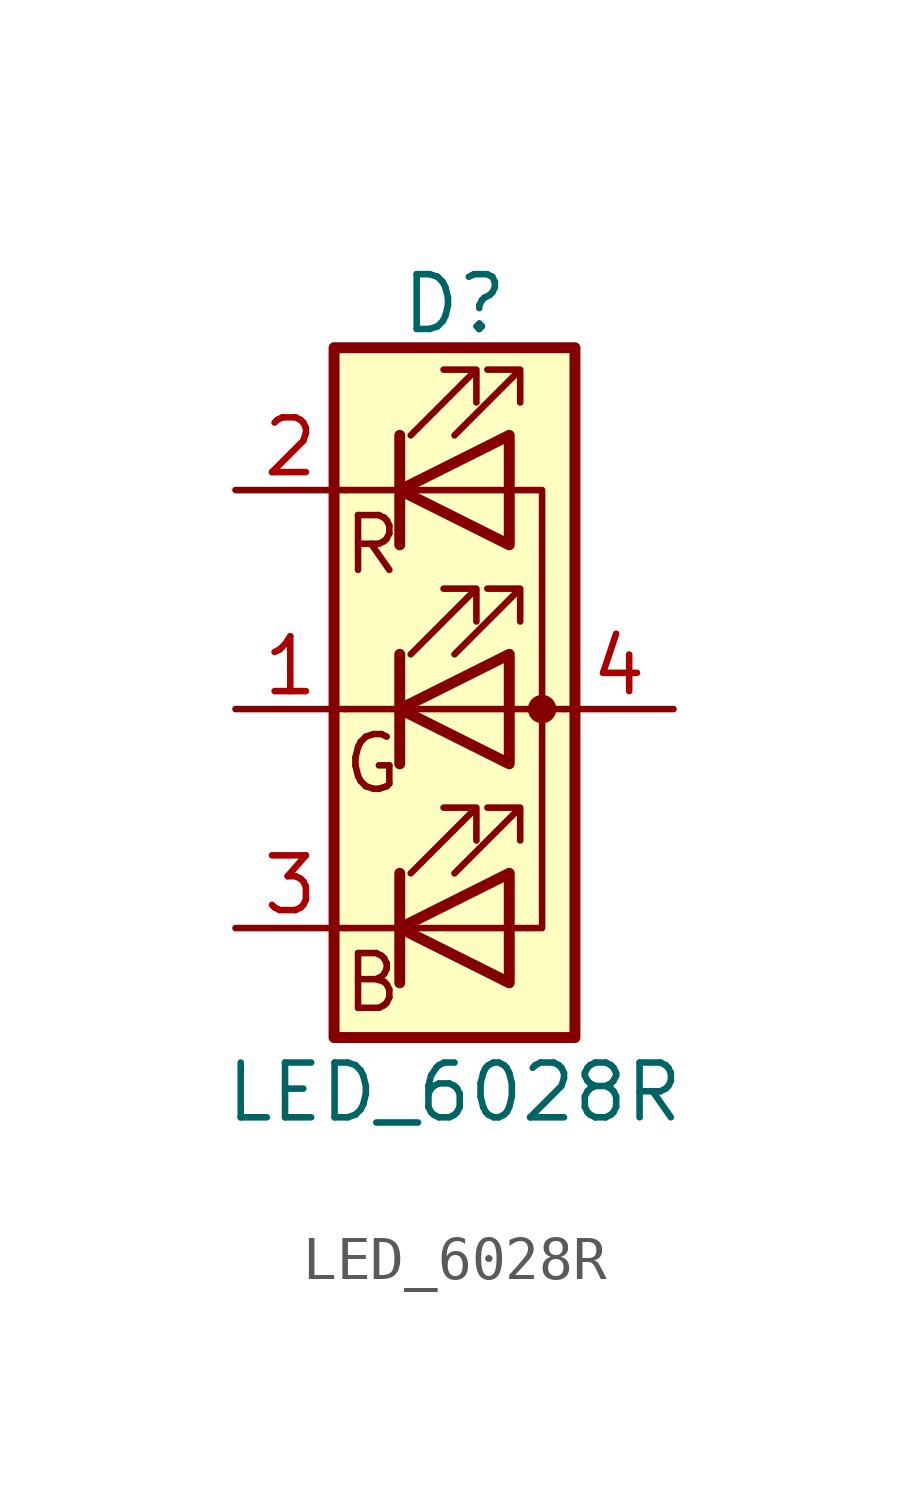
<source format=kicad_sym>
(kicad_symbol_lib
  (version 20211014)
  (generator kicad_symbol_editor)
  (symbol "LED_6028R"
    (pin_names
      (offset 0) hide)
    (property "Reference" "D"
      (at 0 9.398 0)
      (effects (font (size 1.27 1.27))))
    (property "Value" "LED_6028R"
      (at 0 -8.89 0)
      (effects (font (size 1.27 1.27))))
    (symbol "LED_6028R_0_0"
      (text "B" (at -1.905 -6.35 0) (effects (font (size 1.27 1.27))))
      (text "G" (at -1.905 -1.27 0) (effects (font (size 1.27 1.27))))
      (text "R" (at -1.905 3.81 0) (effects (font (size 1.27 1.27)))))
    (symbol "LED_6028R_0_1"
      (polyline (pts (xy -1.27 -5.08) (xy -2.54 -5.08)) (stroke (width 0) (type default) (color 0 0 0 0)) (fill (type none)))
      (polyline (pts (xy -1.27 -5.08) (xy 1.27 -5.08)) (stroke (width 0) (type default) (color 0 0 0 0)) (fill (type none)))
      (polyline (pts (xy -1.27 -3.81) (xy -1.27 -6.35)) (stroke (width 0.254) (type default) (color 0 0 0 0)) (fill (type none)))
      (polyline (pts (xy -1.27 0) (xy -2.54 0)) (stroke (width 0) (type default) (color 0 0 0 0)) (fill (type none)))
      (polyline (pts (xy -1.27 1.27) (xy -1.27 -1.27)) (stroke (width 0.254) (type default) (color 0 0 0 0)) (fill (type none)))
      (polyline (pts (xy -1.27 5.08) (xy -2.54 5.08)) (stroke (width 0) (type default) (color 0 0 0 0)) (fill (type none)))
      (polyline (pts (xy -1.27 5.08) (xy 1.27 5.08)) (stroke (width 0) (type default) (color 0 0 0 0)) (fill (type none)))
      (polyline (pts (xy -1.27 6.35) (xy -1.27 3.81)) (stroke (width 0.254) (type default) (color 0 0 0 0)) (fill (type none)))
      (polyline (pts (xy 1.27 0) (xy -1.27 0)) (stroke (width 0) (type default) (color 0 0 0 0)) (fill (type none)))
      (polyline (pts (xy 1.27 0) (xy 2.54 0)) (stroke (width 0) (type default) (color 0 0 0 0)) (fill (type none)))
      (polyline (pts (xy -1.27 1.27) (xy -1.27 -1.27) (xy -1.27 -1.27)) (stroke (width 0) (type default) (color 0 0 0 0)) (fill (type none)))
      (polyline (pts (xy -1.27 6.35) (xy -1.27 3.81) (xy -1.27 3.81)) (stroke (width 0) (type default) (color 0 0 0 0)) (fill (type none)))
      (polyline (pts (xy 1.27 -5.08) (xy 2.032 -5.08) (xy 2.032 5.08) (xy 1.27 5.08)) (stroke (width 0) (type default) (color 0 0 0 0)) (fill (type none)))
      (polyline (pts (xy 1.27 -3.81) (xy 1.27 -6.35) (xy -1.27 -5.08) (xy 1.27 -3.81)) (stroke (width 0.254) (type default) (color 0 0 0 0)) (fill (type none)))
      (polyline (pts (xy 1.27 1.27) (xy 1.27 -1.27) (xy -1.27 0) (xy 1.27 1.27)) (stroke (width 0.254) (type default) (color 0 0 0 0)) (fill (type none)))
      (polyline (pts (xy 1.27 6.35) (xy 1.27 3.81) (xy -1.27 5.08) (xy 1.27 6.35)) (stroke (width 0.254) (type default) (color 0 0 0 0)) (fill (type none)))
      (polyline (pts (xy -1.016 -3.81) (xy 0.508 -2.286) (xy -0.254 -2.286) (xy 0.508 -2.286) (xy 0.508 -3.048)) (stroke (width 0) (type default) (color 0 0 0 0)) (fill (type none)))
      (polyline (pts (xy -1.016 1.27) (xy 0.508 2.794) (xy -0.254 2.794) (xy 0.508 2.794) (xy 0.508 2.032)) (stroke (width 0) (type default) (color 0 0 0 0)) (fill (type none)))
      (polyline (pts (xy -1.016 6.35) (xy 0.508 7.874) (xy -0.254 7.874) (xy 0.508 7.874) (xy 0.508 7.112)) (stroke (width 0) (type default) (color 0 0 0 0)) (fill (type none)))
      (polyline (pts (xy 0 -3.81) (xy 1.524 -2.286) (xy 0.762 -2.286) (xy 1.524 -2.286) (xy 1.524 -3.048)) (stroke (width 0) (type default) (color 0 0 0 0)) (fill (type none)))
      (polyline (pts (xy 0 1.27) (xy 1.524 2.794) (xy 0.762 2.794) (xy 1.524 2.794) (xy 1.524 2.032)) (stroke (width 0) (type default) (color 0 0 0 0)) (fill (type none)))
      (polyline (pts (xy 0 6.35) (xy 1.524 7.874) (xy 0.762 7.874) (xy 1.524 7.874) (xy 1.524 7.112)) (stroke (width 0) (type default) (color 0 0 0 0)) (fill (type none)))
      (rectangle (start 1.27 -1.27) (end 1.27 1.27) (stroke (width 0) (type default) (color 0 0 0 0)) (fill (type none)))
      (rectangle (start 1.27 1.27) (end 1.27 1.27) (stroke (width 0) (type default) (color 0 0 0 0)) (fill (type none)))
      (rectangle (start 1.27 3.81) (end 1.27 6.35) (stroke (width 0) (type default) (color 0 0 0 0)) (fill (type none)))
      (rectangle (start 1.27 6.35) (end 1.27 6.35) (stroke (width 0) (type default) (color 0 0 0 0)) (fill (type none)))
      (circle (center 2.032 0) (radius 0.254) (stroke (width 0) (type default) (color 0 0 0 0)) (fill (type outline)))
      (rectangle (start 2.794 8.382) (end -2.794 -7.62) (stroke (width 0.254) (type default) (color 0 0 0 0)) (fill (type background))))
    (symbol "LED_6028R_1_1"
      (pin passive line (at -5.08 0 0) (length 2.54) (name "GK" (effects (font (size 1.27 1.27)))) (number "1" (effects (font (size 1.27 1.27)))))
      (pin passive line (at -5.08 5.08 0) (length 2.54) (name "RK" (effects (font (size 1.27 1.27)))) (number "2" (effects (font (size 1.27 1.27)))))
      (pin passive line (at -5.08 -5.08 0) (length 2.54) (name "BK" (effects (font (size 1.27 1.27)))) (number "3" (effects (font (size 1.27 1.27)))))
      (pin passive line (at 5.08 0 180) (length 2.54) (name "A" (effects (font (size 1.27 1.27)))) (number "4" (effects (font (size 1.27 1.27))))))))
</source>
